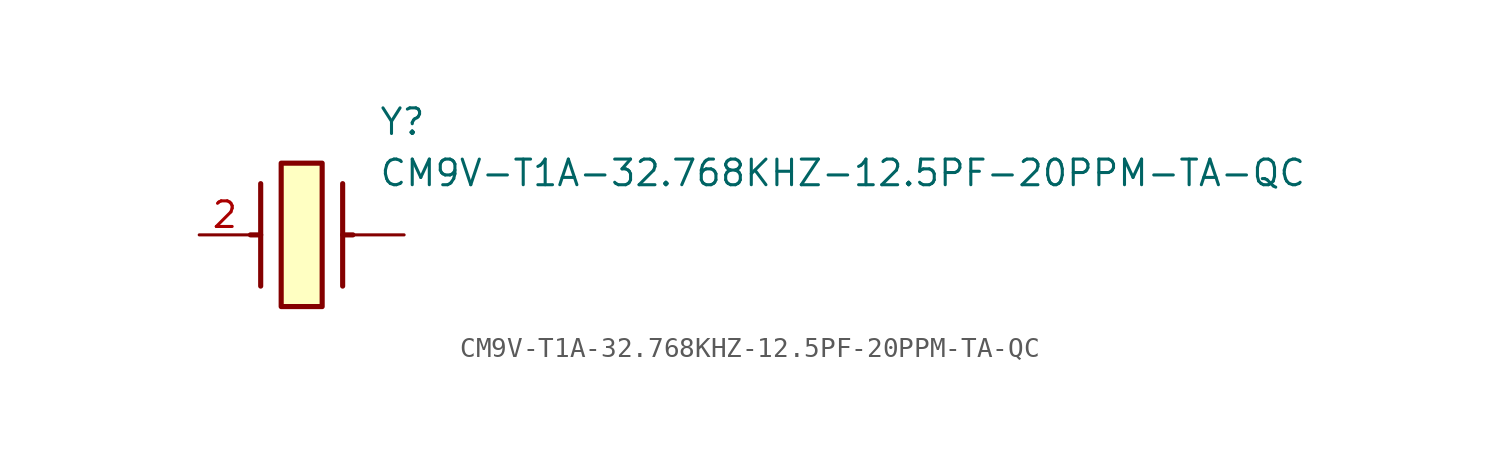
<source format=kicad_sym>
(kicad_symbol_lib
  (version 20211014)
  (generator SamacSys_ECAD_Model)
  (symbol "CM9V-T1A-32.768KHZ-12.5PF-20PPM-TA-QC"
    (pin_names hide)
    (property "Reference" "Y"
      (at 8.89 6.35 0)
      (effects (font (size 1.27 1.27)) (justify left top)))
    (property "Value" "CM9V-T1A-32.768KHZ-12.5PF-20PPM-TA-QC"
      (at 8.89 3.81 0)
      (effects (font (size 1.27 1.27)) (justify left top)))
    (rectangle
      (start 4.064 3.556)
      (end 6.096 -3.556)
      (stroke (width 0.254) (type default))
      (fill (type background)))
    (polyline
      (pts (xy 3.048 2.54) (xy 3.048 -2.54))
      (stroke (width 0.254) (type default))
      (fill (type none)))
    (polyline
      (pts (xy 7.112 2.54) (xy 7.112 -2.54))
      (stroke (width 0.254) (type default))
      (fill (type none)))
    (polyline
      (pts (xy 7.112 0) (xy 7.62 0))
      (stroke (width 0.254) (type default))
      (fill (type none)))
    (polyline
      (pts (xy 3.048 0) (xy 2.54 0))
      (stroke (width 0.254) (type default))
      (fill (type none)))
    (pin passive line
      (at 0 0 0)
      (length 2.54)
      (name "X2" (effects (font (size 1.27 1.27))))
      (number "2" (effects (font (size 1.27 1.27)))))
    (pin passive line
      (at 10.16 0 180)
      (length 2.54)
      (name "" (effects (font (size 1.27 1.27))))
      (number "" (effects (font (size 1.27 1.27)))))))
</source>
